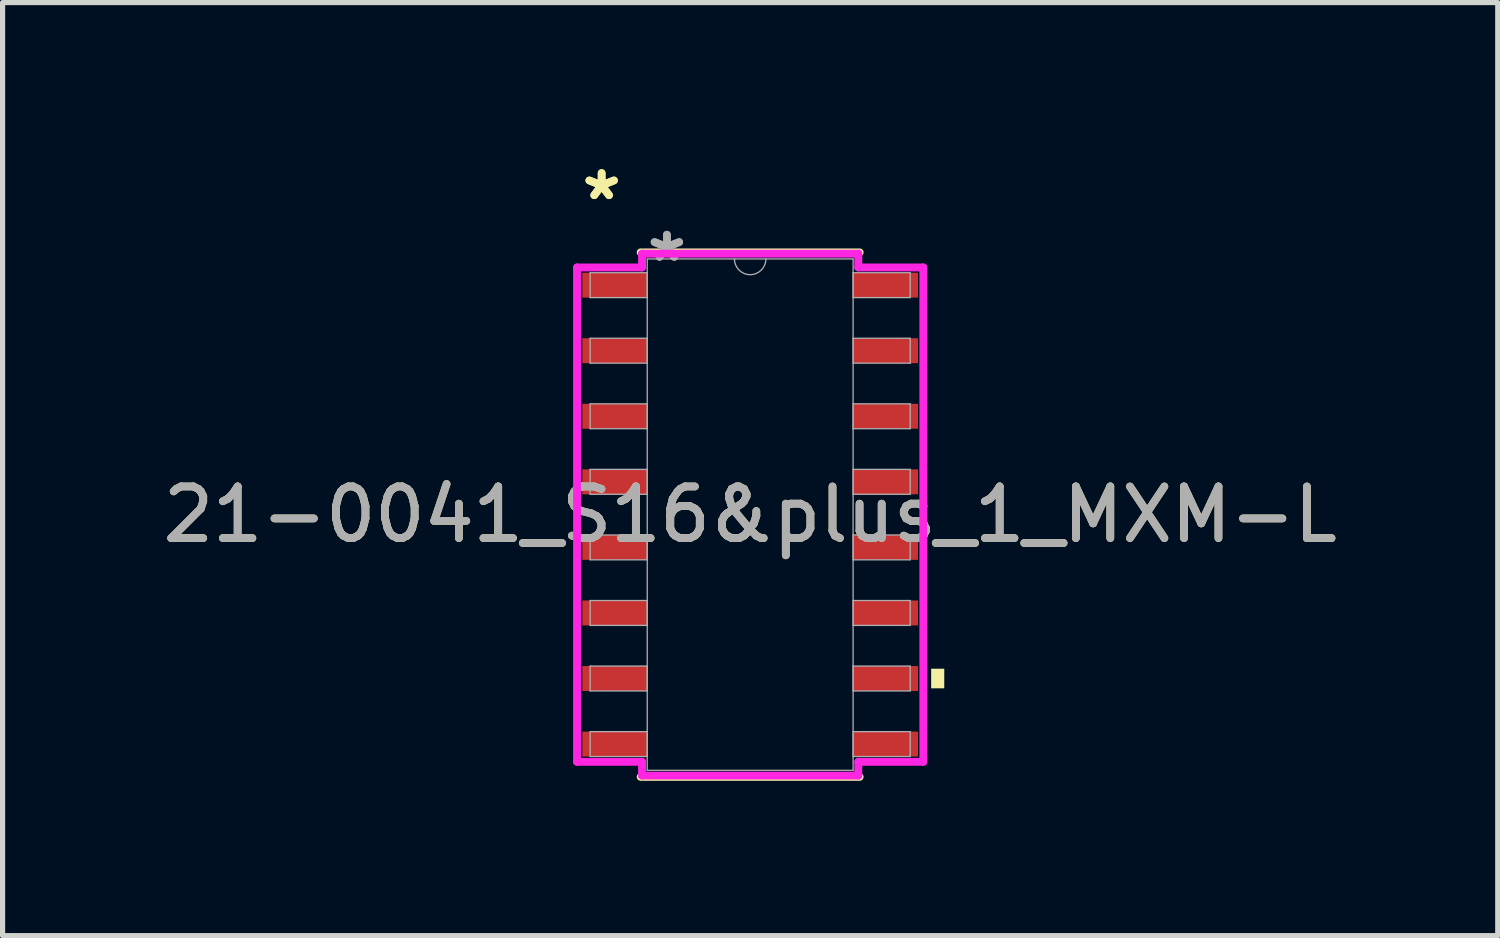
<source format=kicad_pcb>
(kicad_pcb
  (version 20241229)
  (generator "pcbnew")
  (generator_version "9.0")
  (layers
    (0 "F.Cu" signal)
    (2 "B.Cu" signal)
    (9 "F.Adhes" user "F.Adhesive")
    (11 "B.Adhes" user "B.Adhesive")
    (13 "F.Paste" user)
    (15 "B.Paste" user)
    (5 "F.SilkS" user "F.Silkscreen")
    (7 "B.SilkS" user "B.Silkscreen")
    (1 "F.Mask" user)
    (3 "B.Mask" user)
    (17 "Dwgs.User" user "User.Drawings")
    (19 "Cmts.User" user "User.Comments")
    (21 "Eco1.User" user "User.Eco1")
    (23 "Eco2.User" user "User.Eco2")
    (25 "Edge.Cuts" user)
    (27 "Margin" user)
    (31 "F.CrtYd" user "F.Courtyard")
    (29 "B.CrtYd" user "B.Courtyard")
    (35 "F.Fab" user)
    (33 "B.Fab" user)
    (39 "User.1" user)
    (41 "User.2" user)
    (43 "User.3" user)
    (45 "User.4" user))
  (footprint "21-0041_S16&plus_1_MXM-L"
    (layer "F.Cu")
    (at 11.482 6.919)
    (property "Reference" "21-0041_S16&plus_1_MXM-L" (at 0 0 0) (unlocked yes) (layer "F.SilkS") (effects (font (size 1 1) (thickness 0.15))))
    (attr smd)
    (fp_line (start -2.121 5.08) (end 2.121 5.08) (stroke (width 0.152) (type solid)) (layer "F.SilkS"))
    (fp_line (start 2.121 -5.08) (end -2.121 -5.08) (stroke (width 0.152) (type solid)) (layer "F.SilkS"))
    (fp_poly (pts (xy 3.76 2.985) (xy 3.76 3.365) (xy 3.506 3.365) (xy 3.506 2.985)) (stroke (width 0) (type solid)) (fill yes) (layer "F.SilkS"))
    (fp_line (start -3.354 -4.788) (end -2.095 -4.788) (stroke (width 0.152) (type solid)) (layer "F.CrtYd"))
    (fp_line (start -3.354 4.788) (end -3.354 -4.788) (stroke (width 0.152) (type solid)) (layer "F.CrtYd"))
    (fp_line (start -3.354 4.788) (end -2.095 4.788) (stroke (width 0.152) (type solid)) (layer "F.CrtYd"))
    (fp_line (start -2.095 -5.055) (end 2.095 -5.055) (stroke (width 0.152) (type solid)) (layer "F.CrtYd"))
    (fp_line (start -2.095 -4.788) (end -2.095 -5.055) (stroke (width 0.152) (type solid)) (layer "F.CrtYd"))
    (fp_line (start -2.095 5.055) (end -2.095 4.788) (stroke (width 0.152) (type solid)) (layer "F.CrtYd"))
    (fp_line (start 2.095 -5.055) (end 2.095 -4.788) (stroke (width 0.152) (type solid)) (layer "F.CrtYd"))
    (fp_line (start 2.095 4.788) (end 2.095 5.055) (stroke (width 0.152) (type solid)) (layer "F.CrtYd"))
    (fp_line (start 2.095 5.055) (end -2.095 5.055) (stroke (width 0.152) (type solid)) (layer "F.CrtYd"))
    (fp_line (start 3.354 -4.788) (end 2.095 -4.788) (stroke (width 0.152) (type solid)) (layer "F.CrtYd"))
    (fp_line (start 3.354 -4.788) (end 3.354 4.788) (stroke (width 0.152) (type solid)) (layer "F.CrtYd"))
    (fp_line (start 3.354 4.788) (end 2.095 4.788) (stroke (width 0.152) (type solid)) (layer "F.CrtYd"))
    (fp_line (start -3.1 -4.686) (end -3.1 -4.204) (stroke (width 0.025) (type solid)) (layer "F.Fab"))
    (fp_line (start -3.1 -4.204) (end -1.994 -4.204) (stroke (width 0.025) (type solid)) (layer "F.Fab"))
    (fp_line (start -3.1 -3.416) (end -3.1 -2.934) (stroke (width 0.025) (type solid)) (layer "F.Fab"))
    (fp_line (start -3.1 -2.934) (end -1.994 -2.934) (stroke (width 0.025) (type solid)) (layer "F.Fab"))
    (fp_line (start -3.1 -2.146) (end -3.1 -1.664) (stroke (width 0.025) (type solid)) (layer "F.Fab"))
    (fp_line (start -3.1 -1.664) (end -1.994 -1.664) (stroke (width 0.025) (type solid)) (layer "F.Fab"))
    (fp_line (start -3.1 -0.876) (end -3.1 -0.394) (stroke (width 0.025) (type solid)) (layer "F.Fab"))
    (fp_line (start -3.1 -0.394) (end -1.994 -0.394) (stroke (width 0.025) (type solid)) (layer "F.Fab"))
    (fp_line (start -3.1 0.394) (end -3.1 0.876) (stroke (width 0.025) (type solid)) (layer "F.Fab"))
    (fp_line (start -3.1 0.876) (end -1.994 0.876) (stroke (width 0.025) (type solid)) (layer "F.Fab"))
    (fp_line (start -3.1 1.664) (end -3.1 2.146) (stroke (width 0.025) (type solid)) (layer "F.Fab"))
    (fp_line (start -3.1 2.146) (end -1.994 2.146) (stroke (width 0.025) (type solid)) (layer "F.Fab"))
    (fp_line (start -3.1 2.934) (end -3.1 3.416) (stroke (width 0.025) (type solid)) (layer "F.Fab"))
    (fp_line (start -3.1 3.416) (end -1.994 3.416) (stroke (width 0.025) (type solid)) (layer "F.Fab"))
    (fp_line (start -3.1 4.204) (end -3.1 4.686) (stroke (width 0.025) (type solid)) (layer "F.Fab"))
    (fp_line (start -3.1 4.686) (end -1.994 4.686) (stroke (width 0.025) (type solid)) (layer "F.Fab"))
    (fp_line (start -1.994 -4.953) (end -1.994 4.953) (stroke (width 0.025) (type solid)) (layer "F.Fab"))
    (fp_line (start -1.994 -4.686) (end -3.1 -4.686) (stroke (width 0.025) (type solid)) (layer "F.Fab"))
    (fp_line (start -1.994 -4.204) (end -1.994 -4.686) (stroke (width 0.025) (type solid)) (layer "F.Fab"))
    (fp_line (start -1.994 -3.416) (end -3.1 -3.416) (stroke (width 0.025) (type solid)) (layer "F.Fab"))
    (fp_line (start -1.994 -2.934) (end -1.994 -3.416) (stroke (width 0.025) (type solid)) (layer "F.Fab"))
    (fp_line (start -1.994 -2.146) (end -3.1 -2.146) (stroke (width 0.025) (type solid)) (layer "F.Fab"))
    (fp_line (start -1.994 -1.664) (end -1.994 -2.146) (stroke (width 0.025) (type solid)) (layer "F.Fab"))
    (fp_line (start -1.994 -0.876) (end -3.1 -0.876) (stroke (width 0.025) (type solid)) (layer "F.Fab"))
    (fp_line (start -1.994 -0.394) (end -1.994 -0.876) (stroke (width 0.025) (type solid)) (layer "F.Fab"))
    (fp_line (start -1.994 0.394) (end -3.1 0.394) (stroke (width 0.025) (type solid)) (layer "F.Fab"))
    (fp_line (start -1.994 0.876) (end -1.994 0.394) (stroke (width 0.025) (type solid)) (layer "F.Fab"))
    (fp_line (start -1.994 1.664) (end -3.1 1.664) (stroke (width 0.025) (type solid)) (layer "F.Fab"))
    (fp_line (start -1.994 2.146) (end -1.994 1.664) (stroke (width 0.025) (type solid)) (layer "F.Fab"))
    (fp_line (start -1.994 2.934) (end -3.1 2.934) (stroke (width 0.025) (type solid)) (layer "F.Fab"))
    (fp_line (start -1.994 3.416) (end -1.994 2.934) (stroke (width 0.025) (type solid)) (layer "F.Fab"))
    (fp_line (start -1.994 4.204) (end -3.1 4.204) (stroke (width 0.025) (type solid)) (layer "F.Fab"))
    (fp_line (start -1.994 4.686) (end -1.994 4.204) (stroke (width 0.025) (type solid)) (layer "F.Fab"))
    (fp_line (start -1.994 4.953) (end 1.994 4.953) (stroke (width 0.025) (type solid)) (layer "F.Fab"))
    (fp_line (start 1.994 -4.953) (end -1.994 -4.953) (stroke (width 0.025) (type solid)) (layer "F.Fab"))
    (fp_line (start 1.994 -4.686) (end 1.994 -4.204) (stroke (width 0.025) (type solid)) (layer "F.Fab"))
    (fp_line (start 1.994 -4.204) (end 3.1 -4.204) (stroke (width 0.025) (type solid)) (layer "F.Fab"))
    (fp_line (start 1.994 -3.416) (end 1.994 -2.934) (stroke (width 0.025) (type solid)) (layer "F.Fab"))
    (fp_line (start 1.994 -2.934) (end 3.1 -2.934) (stroke (width 0.025) (type solid)) (layer "F.Fab"))
    (fp_line (start 1.994 -2.146) (end 1.994 -1.664) (stroke (width 0.025) (type solid)) (layer "F.Fab"))
    (fp_line (start 1.994 -1.664) (end 3.1 -1.664) (stroke (width 0.025) (type solid)) (layer "F.Fab"))
    (fp_line (start 1.994 -0.876) (end 1.994 -0.394) (stroke (width 0.025) (type solid)) (layer "F.Fab"))
    (fp_line (start 1.994 -0.394) (end 3.1 -0.394) (stroke (width 0.025) (type solid)) (layer "F.Fab"))
    (fp_line (start 1.994 0.394) (end 1.994 0.876) (stroke (width 0.025) (type solid)) (layer "F.Fab"))
    (fp_line (start 1.994 0.876) (end 3.1 0.876) (stroke (width 0.025) (type solid)) (layer "F.Fab"))
    (fp_line (start 1.994 1.664) (end 1.994 2.146) (stroke (width 0.025) (type solid)) (layer "F.Fab"))
    (fp_line (start 1.994 2.146) (end 3.1 2.146) (stroke (width 0.025) (type solid)) (layer "F.Fab"))
    (fp_line (start 1.994 2.934) (end 1.994 3.416) (stroke (width 0.025) (type solid)) (layer "F.Fab"))
    (fp_line (start 1.994 3.416) (end 3.1 3.416) (stroke (width 0.025) (type solid)) (layer "F.Fab"))
    (fp_line (start 1.994 4.204) (end 1.994 4.686) (stroke (width 0.025) (type solid)) (layer "F.Fab"))
    (fp_line (start 1.994 4.686) (end 3.1 4.686) (stroke (width 0.025) (type solid)) (layer "F.Fab"))
    (fp_line (start 1.994 4.953) (end 1.994 -4.953) (stroke (width 0.025) (type solid)) (layer "F.Fab"))
    (fp_line (start 3.1 -4.686) (end 1.994 -4.686) (stroke (width 0.025) (type solid)) (layer "F.Fab"))
    (fp_line (start 3.1 -4.204) (end 3.1 -4.686) (stroke (width 0.025) (type solid)) (layer "F.Fab"))
    (fp_line (start 3.1 -3.416) (end 1.994 -3.416) (stroke (width 0.025) (type solid)) (layer "F.Fab"))
    (fp_line (start 3.1 -2.934) (end 3.1 -3.416) (stroke (width 0.025) (type solid)) (layer "F.Fab"))
    (fp_line (start 3.1 -2.146) (end 1.994 -2.146) (stroke (width 0.025) (type solid)) (layer "F.Fab"))
    (fp_line (start 3.1 -1.664) (end 3.1 -2.146) (stroke (width 0.025) (type solid)) (layer "F.Fab"))
    (fp_line (start 3.1 -0.876) (end 1.994 -0.876) (stroke (width 0.025) (type solid)) (layer "F.Fab"))
    (fp_line (start 3.1 -0.394) (end 3.1 -0.876) (stroke (width 0.025) (type solid)) (layer "F.Fab"))
    (fp_line (start 3.1 0.394) (end 1.994 0.394) (stroke (width 0.025) (type solid)) (layer "F.Fab"))
    (fp_line (start 3.1 0.876) (end 3.1 0.394) (stroke (width 0.025) (type solid)) (layer "F.Fab"))
    (fp_line (start 3.1 1.664) (end 1.994 1.664) (stroke (width 0.025) (type solid)) (layer "F.Fab"))
    (fp_line (start 3.1 2.146) (end 3.1 1.664) (stroke (width 0.025) (type solid)) (layer "F.Fab"))
    (fp_line (start 3.1 2.934) (end 1.994 2.934) (stroke (width 0.025) (type solid)) (layer "F.Fab"))
    (fp_line (start 3.1 3.416) (end 3.1 2.934) (stroke (width 0.025) (type solid)) (layer "F.Fab"))
    (fp_line (start 3.1 4.204) (end 1.994 4.204) (stroke (width 0.025) (type solid)) (layer "F.Fab"))
    (fp_line (start 3.1 4.686) (end 3.1 4.204) (stroke (width 0.025) (type solid)) (layer "F.Fab"))
    (fp_arc (start 0.3048 -4.953) (mid 0 -4.6482) (end -0.3048 -4.953) (stroke (width 0.0254) (type solid)) (layer "F.Fab"))
    (fp_text user "*" (at -2.877 -6.071 0) (unlocked yes) (layer "F.SilkS") (effects (font (size 1 1) (thickness 0.15))))
    (fp_text user "*" (at -2.877 -6.071 0) (layer "F.SilkS") (effects (font (size 1 1) (thickness 0.15))))
    (fp_text user "*" (at -1.613 -4.877 0) (layer "F.Fab") (effects (font (size 1 1) (thickness 0.15))))
    (fp_text user "${REFERENCE}" (at 0 0 0) (unlocked yes) (layer "F.Fab") (effects (font (size 1 1) (thickness 0.15))))
    (fp_text user "*" (at -1.613 -4.877 0) (unlocked yes) (layer "F.Fab") (effects (font (size 1 1) (thickness 0.15))))
    (pad "1" smd rect (at -2.623 -4.445) (size 1.258 0.483) (layers "F.Cu" "F.Mask" "F.Paste"))
    (pad "2" smd rect (at -2.623 -3.175) (size 1.258 0.483) (layers "F.Cu" "F.Mask" "F.Paste"))
    (pad "3" smd rect (at -2.623 -1.905) (size 1.258 0.483) (layers "F.Cu" "F.Mask" "F.Paste"))
    (pad "4" smd rect (at -2.623 -0.635) (size 1.258 0.483) (layers "F.Cu" "F.Mask" "F.Paste"))
    (pad "5" smd rect (at -2.623 0.635) (size 1.258 0.483) (layers "F.Cu" "F.Mask" "F.Paste"))
    (pad "6" smd rect (at -2.623 1.905) (size 1.258 0.483) (layers "F.Cu" "F.Mask" "F.Paste"))
    (pad "7" smd rect (at -2.623 3.175) (size 1.258 0.483) (layers "F.Cu" "F.Mask" "F.Paste"))
    (pad "8" smd rect (at -2.623 4.445) (size 1.258 0.483) (layers "F.Cu" "F.Mask" "F.Paste"))
    (pad "9" smd rect (at 2.623 4.445) (size 1.258 0.483) (layers "F.Cu" "F.Mask" "F.Paste"))
    (pad "10" smd rect (at 2.623 3.175) (size 1.258 0.483) (layers "F.Cu" "F.Mask" "F.Paste"))
    (pad "11" smd rect (at 2.623 1.905) (size 1.258 0.483) (layers "F.Cu" "F.Mask" "F.Paste"))
    (pad "12" smd rect (at 2.623 0.635) (size 1.258 0.483) (layers "F.Cu" "F.Mask" "F.Paste"))
    (pad "13" smd rect (at 2.623 -0.635) (size 1.258 0.483) (layers "F.Cu" "F.Mask" "F.Paste"))
    (pad "14" smd rect (at 2.623 -1.905) (size 1.258 0.483) (layers "F.Cu" "F.Mask" "F.Paste"))
    (pad "15" smd rect (at 2.623 -3.175) (size 1.258 0.483) (layers "F.Cu" "F.Mask" "F.Paste"))
    (pad "16" smd rect (at 2.623 -4.445) (size 1.258 0.483) (layers "F.Cu" "F.Mask" "F.Paste")))
  (gr_rect
    (start -3 -3)
    (end 25.964 15.075)
    (stroke (width 0.1) (type default))
    (fill no)
    (layer "Edge.Cuts")))
</source>
